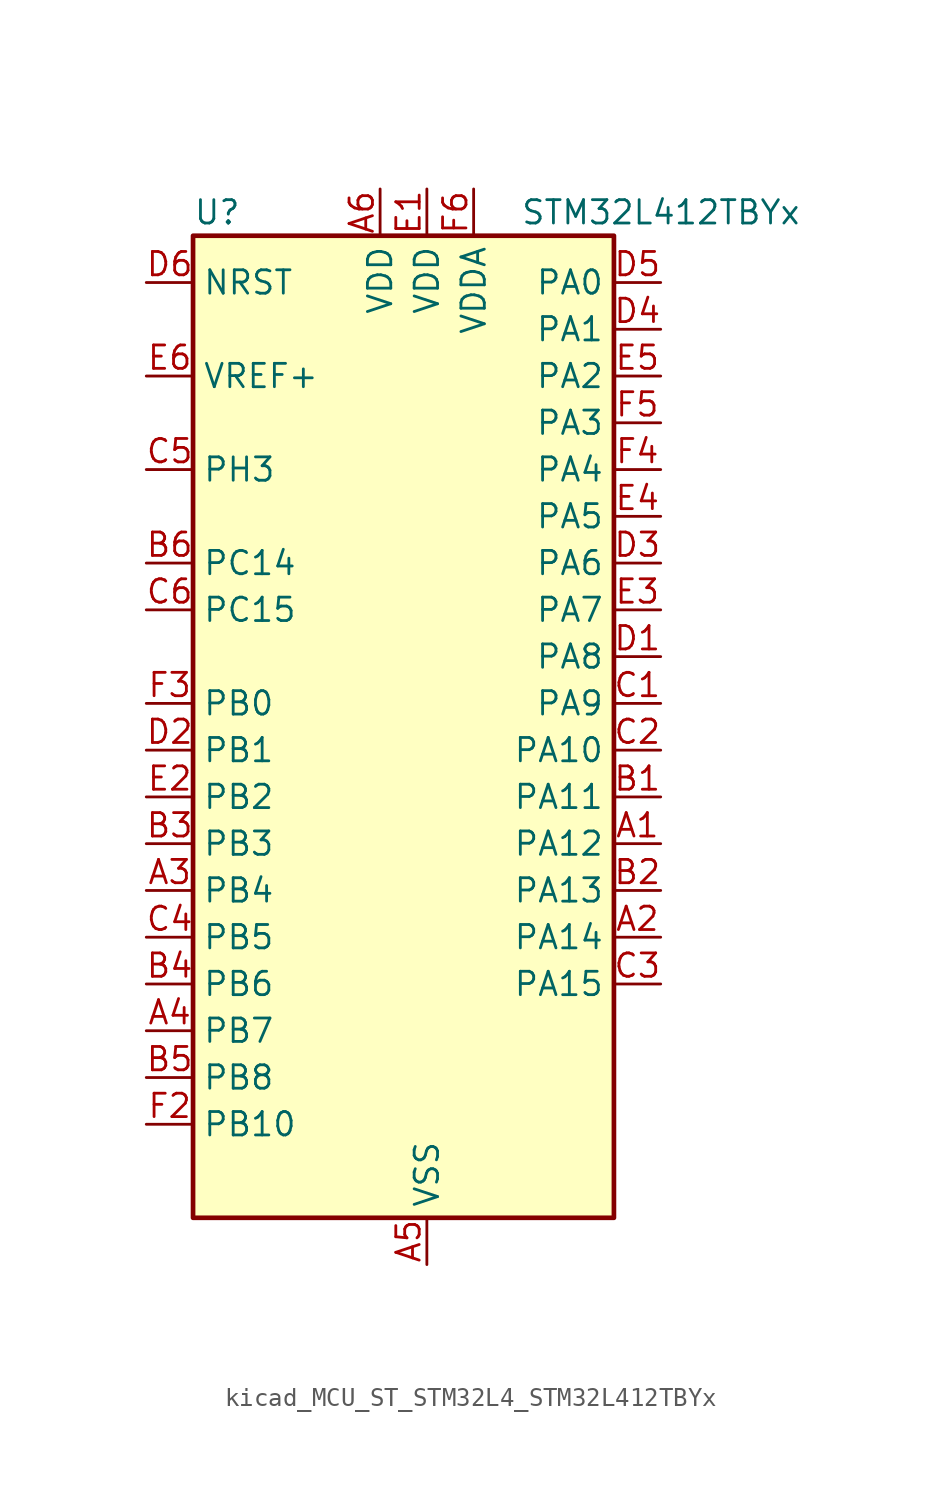
<source format=kicad_sym>
(kicad_symbol_lib
  (version 20220914)
  (generator kicad_symbol_editor)
  (symbol "kicad_MCU_ST_STM32L4_STM32L412TBYx"
    (property "Reference" "U"
      (at -10.16 29.21 0)
      (effects (font (size 1.27 1.27)) (justify left)))
    (property "Value" "STM32L412TBYx"
      (at 7.62 29.21 0)
      (effects (font (size 1.27 1.27)) (justify left)))
    (property "ki_locked" ""
      (at 0 0 0)
      (effects (font (size 1.27 1.27))))
    (symbol "kicad_MCU_ST_STM32L4_STM32L412TBYx_0_1"
      (rectangle (start -10.16 -25.4) (end 12.7 27.94) (stroke (width 0.254) (type default)) (fill (type background))))
    (symbol "kicad_MCU_ST_STM32L4_STM32L412TBYx_1_1"
      (pin bidirectional line (at 15.24 -5.08 180) (length 2.54) (name "PA12" (effects (font (size 1.27 1.27)))) (number "A1" (effects (font (size 1.27 1.27)))) (alternate "SPI1_MOSI" bidirectional line) (alternate "TIM1_ETR" bidirectional line) (alternate "USART1_DE" bidirectional line) (alternate "USART1_RTS" bidirectional line) (alternate "USB_DP" bidirectional line))
      (pin bidirectional line (at 15.24 -10.16 180) (length 2.54) (name "PA14" (effects (font (size 1.27 1.27)))) (number "A2" (effects (font (size 1.27 1.27)))) (alternate "I2C1_SMBA" bidirectional line) (alternate "LPTIM1_OUT" bidirectional line) (alternate "SYS_JTCK-SWCLK" bidirectional line))
      (pin bidirectional line (at -12.7 -7.62 0) (length 2.54) (name "PB4" (effects (font (size 1.27 1.27)))) (number "A3" (effects (font (size 1.27 1.27)))) (alternate "I2C3_SDA" bidirectional line) (alternate "SPI1_MISO" bidirectional line) (alternate "SYS_JTRST" bidirectional line) (alternate "TSC_G2_IO1" bidirectional line) (alternate "USART1_CTS" bidirectional line))
      (pin bidirectional line (at -12.7 -15.24 0) (length 2.54) (name "PB7" (effects (font (size 1.27 1.27)))) (number "A4" (effects (font (size 1.27 1.27)))) (alternate "I2C1_SDA" bidirectional line) (alternate "LPTIM1_IN2" bidirectional line) (alternate "SYS_PVD_IN" bidirectional line) (alternate "SYS_TRACECLK" bidirectional line) (alternate "TSC_G2_IO4" bidirectional line) (alternate "USART1_RX" bidirectional line))
      (pin power_in line (at 2.54 -27.94 90) (length 2.54) (name "VSS" (effects (font (size 1.27 1.27)))) (number "A5" (effects (font (size 1.27 1.27)))))
      (pin power_in line (at 0 30.48 270) (length 2.54) (name "VDD" (effects (font (size 1.27 1.27)))) (number "A6" (effects (font (size 1.27 1.27)))))
      (pin bidirectional line (at 15.24 -2.54 180) (length 2.54) (name "PA11" (effects (font (size 1.27 1.27)))) (number "B1" (effects (font (size 1.27 1.27)))) (alternate "ADC1_EXTI11" bidirectional line) (alternate "ADC2_EXTI11" bidirectional line) (alternate "COMP1_OUT" bidirectional line) (alternate "SPI1_MISO" bidirectional line) (alternate "TIM1_BKIN2" bidirectional line) (alternate "TIM1_BKIN2_COMP1" bidirectional line) (alternate "TIM1_CH4" bidirectional line) (alternate "USART1_CTS" bidirectional line) (alternate "USB_DM" bidirectional line))
      (pin bidirectional line (at 15.24 -7.62 180) (length 2.54) (name "PA13" (effects (font (size 1.27 1.27)))) (number "B2" (effects (font (size 1.27 1.27)))) (alternate "IR_OUT" bidirectional line) (alternate "SYS_JTMS-SWDIO" bidirectional line) (alternate "USB_NOE" bidirectional line))
      (pin bidirectional line (at -12.7 -5.08 0) (length 2.54) (name "PB3" (effects (font (size 1.27 1.27)))) (number "B3" (effects (font (size 1.27 1.27)))) (alternate "SPI1_SCK" bidirectional line) (alternate "SYS_JTDO-SWO" bidirectional line) (alternate "TIM2_CH2" bidirectional line) (alternate "USART1_DE" bidirectional line) (alternate "USART1_RTS" bidirectional line))
      (pin bidirectional line (at -12.7 -12.7 0) (length 2.54) (name "PB6" (effects (font (size 1.27 1.27)))) (number "B4" (effects (font (size 1.27 1.27)))) (alternate "I2C1_SCL" bidirectional line) (alternate "LPTIM1_ETR" bidirectional line) (alternate "SYS_TRACED3" bidirectional line) (alternate "TIM16_CH1N" bidirectional line) (alternate "TSC_G2_IO3" bidirectional line) (alternate "USART1_TX" bidirectional line))
      (pin bidirectional line (at -12.7 -17.78 0) (length 2.54) (name "PB8" (effects (font (size 1.27 1.27)))) (number "B5" (effects (font (size 1.27 1.27)))) (alternate "I2C1_SCL" bidirectional line) (alternate "TIM16_CH1" bidirectional line))
      (pin bidirectional line (at -12.7 10.16 0) (length 2.54) (name "PC14" (effects (font (size 1.27 1.27)))) (number "B6" (effects (font (size 1.27 1.27)))) (alternate "RCC_OSC32_IN" bidirectional line))
      (pin bidirectional line (at 15.24 2.54 180) (length 2.54) (name "PA9" (effects (font (size 1.27 1.27)))) (number "C1" (effects (font (size 1.27 1.27)))) (alternate "I2C1_SCL" bidirectional line) (alternate "TIM15_BKIN" bidirectional line) (alternate "TIM1_CH2" bidirectional line) (alternate "USART1_TX" bidirectional line))
      (pin bidirectional line (at 15.24 0 180) (length 2.54) (name "PA10" (effects (font (size 1.27 1.27)))) (number "C2" (effects (font (size 1.27 1.27)))) (alternate "CRS_SYNC" bidirectional line) (alternate "I2C1_SDA" bidirectional line) (alternate "TIM1_CH3" bidirectional line) (alternate "USART1_RX" bidirectional line))
      (pin bidirectional line (at 15.24 -12.7 180) (length 2.54) (name "PA15" (effects (font (size 1.27 1.27)))) (number "C3" (effects (font (size 1.27 1.27)))) (alternate "ADC1_EXTI15" bidirectional line) (alternate "ADC2_EXTI15" bidirectional line) (alternate "SPI1_NSS" bidirectional line) (alternate "SYS_JTDI" bidirectional line) (alternate "TIM2_CH1" bidirectional line) (alternate "TIM2_ETR" bidirectional line) (alternate "TSC_G3_IO1" bidirectional line) (alternate "USART2_RX" bidirectional line))
      (pin bidirectional line (at -12.7 -10.16 0) (length 2.54) (name "PB5" (effects (font (size 1.27 1.27)))) (number "C4" (effects (font (size 1.27 1.27)))) (alternate "I2C1_SMBA" bidirectional line) (alternate "LPTIM1_IN1" bidirectional line) (alternate "SPI1_MOSI" bidirectional line) (alternate "SYS_TRACED2" bidirectional line) (alternate "TIM16_BKIN" bidirectional line) (alternate "TSC_G2_IO2" bidirectional line) (alternate "USART1_CK" bidirectional line))
      (pin bidirectional line (at -12.7 15.24 0) (length 2.54) (name "PH3" (effects (font (size 1.27 1.27)))) (number "C5" (effects (font (size 1.27 1.27)))))
      (pin bidirectional line (at -12.7 7.62 0) (length 2.54) (name "PC15" (effects (font (size 1.27 1.27)))) (number "C6" (effects (font (size 1.27 1.27)))) (alternate "ADC1_EXTI15" bidirectional line) (alternate "ADC2_EXTI15" bidirectional line) (alternate "RCC_OSC32_OUT" bidirectional line))
      (pin bidirectional line (at 15.24 5.08 180) (length 2.54) (name "PA8" (effects (font (size 1.27 1.27)))) (number "D1" (effects (font (size 1.27 1.27)))) (alternate "LPTIM2_OUT" bidirectional line) (alternate "RCC_MCO" bidirectional line) (alternate "TIM1_CH1" bidirectional line) (alternate "USART1_CK" bidirectional line))
      (pin bidirectional line (at -12.7 0 0) (length 2.54) (name "PB1" (effects (font (size 1.27 1.27)))) (number "D2" (effects (font (size 1.27 1.27)))) (alternate "ADC1_IN16" bidirectional line) (alternate "ADC2_IN16" bidirectional line) (alternate "COMP1_INM" bidirectional line) (alternate "LPTIM2_IN1" bidirectional line) (alternate "LPUART1_DE" bidirectional line) (alternate "LPUART1_RTS" bidirectional line) (alternate "QUADSPI_BK1_IO0" bidirectional line) (alternate "SYS_TRACED1" bidirectional line) (alternate "TIM1_CH3N" bidirectional line))
      (pin bidirectional line (at 15.24 10.16 180) (length 2.54) (name "PA6" (effects (font (size 1.27 1.27)))) (number "D3" (effects (font (size 1.27 1.27)))) (alternate "ADC1_IN11" bidirectional line) (alternate "ADC2_IN11" bidirectional line) (alternate "COMP1_OUT" bidirectional line) (alternate "LPUART1_CTS" bidirectional line) (alternate "QUADSPI_BK1_IO3" bidirectional line) (alternate "SPI1_MISO" bidirectional line) (alternate "TIM16_CH1" bidirectional line) (alternate "TIM1_BKIN" bidirectional line))
      (pin bidirectional line (at 15.24 22.86 180) (length 2.54) (name "PA1" (effects (font (size 1.27 1.27)))) (number "D4" (effects (font (size 1.27 1.27)))) (alternate "ADC1_IN6" bidirectional line) (alternate "COMP1_INP" bidirectional line) (alternate "I2C1_SMBA" bidirectional line) (alternate "OPAMP1_VINM" bidirectional line) (alternate "SPI1_SCK" bidirectional line) (alternate "TIM15_CH1N" bidirectional line) (alternate "TIM2_CH2" bidirectional line) (alternate "USART2_DE" bidirectional line) (alternate "USART2_RTS" bidirectional line))
      (pin bidirectional line (at 15.24 25.4 180) (length 2.54) (name "PA0" (effects (font (size 1.27 1.27)))) (number "D5" (effects (font (size 1.27 1.27)))) (alternate "ADC1_IN5" bidirectional line) (alternate "COMP1_INM" bidirectional line) (alternate "COMP1_OUT" bidirectional line) (alternate "OPAMP1_VINP" bidirectional line) (alternate "RCC_CK_IN" bidirectional line) (alternate "RTC_TAMP2" bidirectional line) (alternate "SYS_WKUP1" bidirectional line) (alternate "TIM2_CH1" bidirectional line) (alternate "TIM2_ETR" bidirectional line) (alternate "USART2_CTS" bidirectional line))
      (pin input line (at -12.7 25.4 0) (length 2.54) (name "NRST" (effects (font (size 1.27 1.27)))) (number "D6" (effects (font (size 1.27 1.27)))))
      (pin power_in line (at 2.54 30.48 270) (length 2.54) (name "VDD" (effects (font (size 1.27 1.27)))) (number "E1" (effects (font (size 1.27 1.27)))))
      (pin bidirectional line (at -12.7 -2.54 0) (length 2.54) (name "PB2" (effects (font (size 1.27 1.27)))) (number "E2" (effects (font (size 1.27 1.27)))) (alternate "COMP1_INP" bidirectional line) (alternate "I2C3_SMBA" bidirectional line) (alternate "LPTIM1_OUT" bidirectional line) (alternate "RTC_OUT_ALARM" bidirectional line) (alternate "RTC_OUT_CALIB" bidirectional line))
      (pin bidirectional line (at 15.24 7.62 180) (length 2.54) (name "PA7" (effects (font (size 1.27 1.27)))) (number "E3" (effects (font (size 1.27 1.27)))) (alternate "ADC1_IN12" bidirectional line) (alternate "ADC2_IN12" bidirectional line) (alternate "I2C3_SCL" bidirectional line) (alternate "QUADSPI_BK1_IO2" bidirectional line) (alternate "SPI1_MOSI" bidirectional line) (alternate "TIM1_CH1N" bidirectional line))
      (pin bidirectional line (at 15.24 12.7 180) (length 2.54) (name "PA5" (effects (font (size 1.27 1.27)))) (number "E4" (effects (font (size 1.27 1.27)))) (alternate "ADC1_IN10" bidirectional line) (alternate "ADC2_IN10" bidirectional line) (alternate "COMP1_INM" bidirectional line) (alternate "LPTIM2_ETR" bidirectional line) (alternate "SPI1_SCK" bidirectional line) (alternate "TIM2_CH1" bidirectional line) (alternate "TIM2_ETR" bidirectional line))
      (pin bidirectional line (at 15.24 20.32 180) (length 2.54) (name "PA2" (effects (font (size 1.27 1.27)))) (number "E5" (effects (font (size 1.27 1.27)))) (alternate "ADC1_IN7" bidirectional line) (alternate "ADC2_IN7" bidirectional line) (alternate "LPUART1_TX" bidirectional line) (alternate "QUADSPI_BK1_NCS" bidirectional line) (alternate "RCC_LSCO" bidirectional line) (alternate "SYS_WKUP4" bidirectional line) (alternate "TIM15_CH1" bidirectional line) (alternate "TIM2_CH3" bidirectional line) (alternate "USART2_TX" bidirectional line))
      (pin input line (at -12.7 20.32 0) (length 2.54) (name "VREF+" (effects (font (size 1.27 1.27)))) (number "E6" (effects (font (size 1.27 1.27)))))
      (pin passive line (at 2.54 -27.94 90) (length 2.54) hide (name "VSS" (effects (font (size 1.27 1.27)))) (number "F1" (effects (font (size 1.27 1.27)))))
      (pin bidirectional line (at -12.7 -20.32 0) (length 2.54) (name "PB10" (effects (font (size 1.27 1.27)))) (number "F2" (effects (font (size 1.27 1.27)))) (alternate "COMP1_OUT" bidirectional line) (alternate "LPUART1_RX" bidirectional line) (alternate "QUADSPI_CLK" bidirectional line) (alternate "TIM2_CH3" bidirectional line) (alternate "TSC_SYNC" bidirectional line))
      (pin bidirectional line (at -12.7 2.54 0) (length 2.54) (name "PB0" (effects (font (size 1.27 1.27)))) (number "F3" (effects (font (size 1.27 1.27)))) (alternate "ADC1_IN15" bidirectional line) (alternate "ADC2_IN15" bidirectional line) (alternate "COMP1_OUT" bidirectional line) (alternate "QUADSPI_BK1_IO1" bidirectional line) (alternate "SPI1_NSS" bidirectional line) (alternate "SYS_TRACED0" bidirectional line) (alternate "TIM1_CH2N" bidirectional line))
      (pin bidirectional line (at 15.24 15.24 180) (length 2.54) (name "PA4" (effects (font (size 1.27 1.27)))) (number "F4" (effects (font (size 1.27 1.27)))) (alternate "ADC1_IN9" bidirectional line) (alternate "ADC2_IN9" bidirectional line) (alternate "COMP1_INM" bidirectional line) (alternate "LPTIM2_OUT" bidirectional line) (alternate "SPI1_NSS" bidirectional line) (alternate "USART2_CK" bidirectional line))
      (pin bidirectional line (at 15.24 17.78 180) (length 2.54) (name "PA3" (effects (font (size 1.27 1.27)))) (number "F5" (effects (font (size 1.27 1.27)))) (alternate "ADC1_IN8" bidirectional line) (alternate "ADC2_IN8" bidirectional line) (alternate "LPUART1_RX" bidirectional line) (alternate "OPAMP1_VOUT" bidirectional line) (alternate "QUADSPI_CLK" bidirectional line) (alternate "TIM15_CH2" bidirectional line) (alternate "TIM2_CH4" bidirectional line) (alternate "USART2_RX" bidirectional line))
      (pin power_in line (at 5.08 30.48 270) (length 2.54) (name "VDDA" (effects (font (size 1.27 1.27)))) (number "F6" (effects (font (size 1.27 1.27))))))))
</source>
